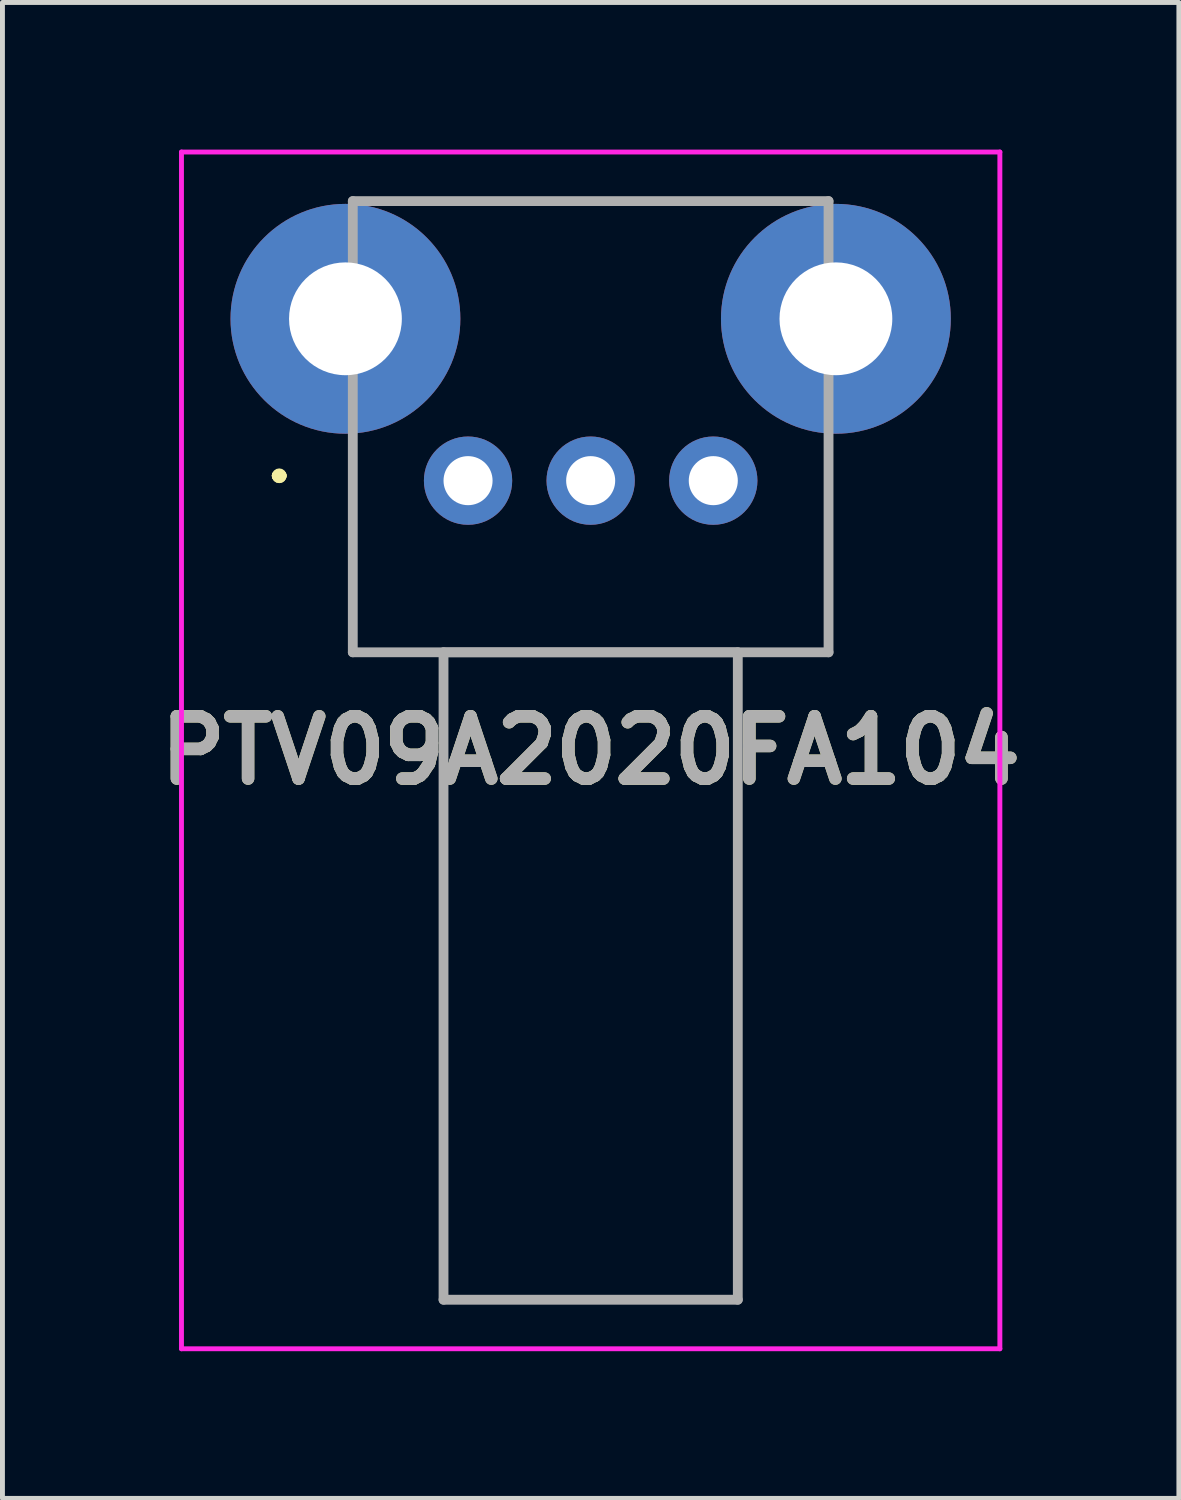
<source format=kicad_pcb>
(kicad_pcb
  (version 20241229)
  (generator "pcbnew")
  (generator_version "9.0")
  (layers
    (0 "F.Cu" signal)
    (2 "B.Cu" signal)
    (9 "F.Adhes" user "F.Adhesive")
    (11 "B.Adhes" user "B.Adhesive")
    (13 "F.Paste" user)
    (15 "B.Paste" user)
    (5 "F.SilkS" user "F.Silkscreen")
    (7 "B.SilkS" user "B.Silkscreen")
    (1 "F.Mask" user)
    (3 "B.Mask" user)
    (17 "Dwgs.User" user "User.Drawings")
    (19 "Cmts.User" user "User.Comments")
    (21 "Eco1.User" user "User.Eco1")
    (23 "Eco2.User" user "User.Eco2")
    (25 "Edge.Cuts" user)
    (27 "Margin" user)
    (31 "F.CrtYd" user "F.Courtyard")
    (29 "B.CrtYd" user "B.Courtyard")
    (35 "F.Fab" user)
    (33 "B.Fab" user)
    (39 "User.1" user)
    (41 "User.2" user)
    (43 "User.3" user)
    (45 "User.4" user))
  (footprint "PTV09A2020FA104"
    (layer "F.Cu")
    (at 6.493 6.75)
    (property "Reference" "PTV09A2020FA104" (at 2.5 5.5 0) (layer "F.SilkS") (effects (font (size 1.27 1.27) (thickness 0.254))))
    (attr through_hole)
    (fp_line (start -3.9 -0.1) (end -3.9 -0.1) (stroke (width 0.2) (type solid)) (layer "F.SilkS"))
    (fp_line (start -3.9 -0.1) (end -3.9 -0.1) (stroke (width 0.2) (type solid)) (layer "F.SilkS"))
    (fp_line (start -3.8 -0.1) (end -3.8 -0.1) (stroke (width 0.2) (type solid)) (layer "F.SilkS"))
    (fp_line (start -2.35 0) (end -2.35 0) (stroke (width 0.1) (type solid)) (layer "F.SilkS"))
    (fp_line (start -2.35 0) (end -2.35 3.5) (stroke (width 0.1) (type solid)) (layer "F.SilkS"))
    (fp_line (start -2.35 3.5) (end -2.35 0) (stroke (width 0.1) (type solid)) (layer "F.SilkS"))
    (fp_line (start -2.35 3.5) (end -2.35 3.5) (stroke (width 0.1) (type solid)) (layer "F.SilkS"))
    (fp_line (start -2.35 3.5) (end -2.35 3.5) (stroke (width 0.1) (type solid)) (layer "F.SilkS"))
    (fp_line (start -2.35 3.5) (end -0.75 3.5) (stroke (width 0.1) (type solid)) (layer "F.SilkS"))
    (fp_line (start -0.75 3.5) (end -2.35 3.5) (stroke (width 0.1) (type solid)) (layer "F.SilkS"))
    (fp_line (start -0.75 3.5) (end -0.75 3.5) (stroke (width 0.1) (type solid)) (layer "F.SilkS"))
    (fp_line (start -0.75 3.5) (end -0.75 3.5) (stroke (width 0.1) (type solid)) (layer "F.SilkS"))
    (fp_line (start -0.75 3.5) (end -0.5 3.5) (stroke (width 0.1) (type solid)) (layer "F.SilkS"))
    (fp_line (start -0.5 3.5) (end -0.75 3.5) (stroke (width 0.1) (type solid)) (layer "F.SilkS"))
    (fp_line (start -0.5 3.5) (end -0.5 3.5) (stroke (width 0.1) (type solid)) (layer "F.SilkS"))
    (fp_line (start -0.5 3.5) (end 5.5 3.5) (stroke (width 0.1) (type solid)) (layer "F.SilkS"))
    (fp_line (start -0.5 16.7) (end -0.5 3.5) (stroke (width 0.1) (type solid)) (layer "F.SilkS"))
    (fp_line (start 0.75 -5.7) (end 0.75 -5.7) (stroke (width 0.1) (type solid)) (layer "F.SilkS"))
    (fp_line (start 0.75 -5.7) (end 4.5 -5.7) (stroke (width 0.1) (type solid)) (layer "F.SilkS"))
    (fp_line (start 4.5 -5.7) (end 0.75 -5.7) (stroke (width 0.1) (type solid)) (layer "F.SilkS"))
    (fp_line (start 4.5 -5.7) (end 4.5 -5.7) (stroke (width 0.1) (type solid)) (layer "F.SilkS"))
    (fp_line (start 5.5 3.5) (end 5.5 3.5) (stroke (width 0.1) (type solid)) (layer "F.SilkS"))
    (fp_line (start 5.5 3.5) (end 5.5 16.7) (stroke (width 0.1) (type solid)) (layer "F.SilkS"))
    (fp_line (start 5.5 3.5) (end 7.35 3.5) (stroke (width 0.1) (type solid)) (layer "F.SilkS"))
    (fp_line (start 5.5 16.7) (end -0.5 16.7) (stroke (width 0.1) (type solid)) (layer "F.SilkS"))
    (fp_line (start 7.35 0) (end 7.35 0) (stroke (width 0.1) (type solid)) (layer "F.SilkS"))
    (fp_line (start 7.35 0) (end 7.35 3.5) (stroke (width 0.1) (type solid)) (layer "F.SilkS"))
    (fp_line (start 7.35 3.5) (end 5.5 3.5) (stroke (width 0.1) (type solid)) (layer "F.SilkS"))
    (fp_line (start 7.35 3.5) (end 7.35 0) (stroke (width 0.1) (type solid)) (layer "F.SilkS"))
    (fp_line (start 7.35 3.5) (end 7.35 3.5) (stroke (width 0.1) (type solid)) (layer "F.SilkS"))
    (fp_line (start 7.35 3.5) (end 7.35 3.5) (stroke (width 0.1) (type solid)) (layer "F.SilkS"))
    (fp_arc (start -3.9 -0.1) (mid -3.85 -0.15) (end -3.8 -0.1) (stroke (width 0.2) (type solid)) (layer "F.SilkS"))
    (fp_arc (start -3.8 -0.1) (mid -3.85 -0.05) (end -3.9 -0.1) (stroke (width 0.2) (type solid)) (layer "F.SilkS"))
    (fp_arc (start -3.8 -0.1) (mid -3.85 -0.05) (end -3.9 -0.1) (stroke (width 0.2) (type solid)) (layer "F.SilkS"))
    (fp_line (start -5.843 -6.7) (end 10.843 -6.7) (stroke (width 0.1) (type solid)) (layer "F.CrtYd"))
    (fp_line (start -5.843 17.7) (end -5.843 -6.7) (stroke (width 0.1) (type solid)) (layer "F.CrtYd"))
    (fp_line (start 10.843 -6.7) (end 10.843 17.7) (stroke (width 0.1) (type solid)) (layer "F.CrtYd"))
    (fp_line (start 10.843 17.7) (end -5.843 17.7) (stroke (width 0.1) (type solid)) (layer "F.CrtYd"))
    (fp_line (start -2.35 -5.7) (end -2.35 3.5) (stroke (width 0.2) (type solid)) (layer "F.Fab"))
    (fp_line (start -2.35 3.5) (end 7.35 3.5) (stroke (width 0.2) (type solid)) (layer "F.Fab"))
    (fp_line (start -0.5 3.5) (end 5.5 3.5) (stroke (width 0.2) (type solid)) (layer "F.Fab"))
    (fp_line (start -0.5 16.7) (end -0.5 3.5) (stroke (width 0.2) (type solid)) (layer "F.Fab"))
    (fp_line (start 5.5 3.5) (end 5.5 16.7) (stroke (width 0.2) (type solid)) (layer "F.Fab"))
    (fp_line (start 5.5 16.7) (end -0.5 16.7) (stroke (width 0.2) (type solid)) (layer "F.Fab"))
    (fp_line (start 7.35 -5.7) (end -2.35 -5.7) (stroke (width 0.2) (type solid)) (layer "F.Fab"))
    (fp_line (start 7.35 3.5) (end 7.35 -5.7) (stroke (width 0.2) (type solid)) (layer "F.Fab"))
    (fp_text user "${REFERENCE}" (at 2.5 5.5 0) (layer "F.Fab") (effects (font (size 1.27 1.27) (thickness 0.254))))
    (pad "1" thru_hole circle (at 0 0) (size 1.8 1.8) (drill 1) (layers "*.Cu" "*.Mask"))
    (pad "2" thru_hole circle (at 2.5 0) (size 1.8 1.8) (drill 1) (layers "*.Cu" "*.Mask"))
    (pad "3" thru_hole circle (at 5 0) (size 1.8 1.8) (drill 1) (layers "*.Cu" "*.Mask"))
    (pad "MH1" thru_hole circle (at -2.5 -3.3) (size 4.686 4.686) (drill 2.3) (layers "*.Cu" "*.Mask"))
    (pad "MH2" thru_hole circle (at 7.5 -3.3) (size 4.686 4.686) (drill 2.3) (layers "*.Cu" "*.Mask")))
  (gr_rect
    (start -3 -3)
    (end 20.986 27.5)
    (stroke (width 0.1) (type default))
    (fill no)
    (layer "Edge.Cuts")))
</source>
